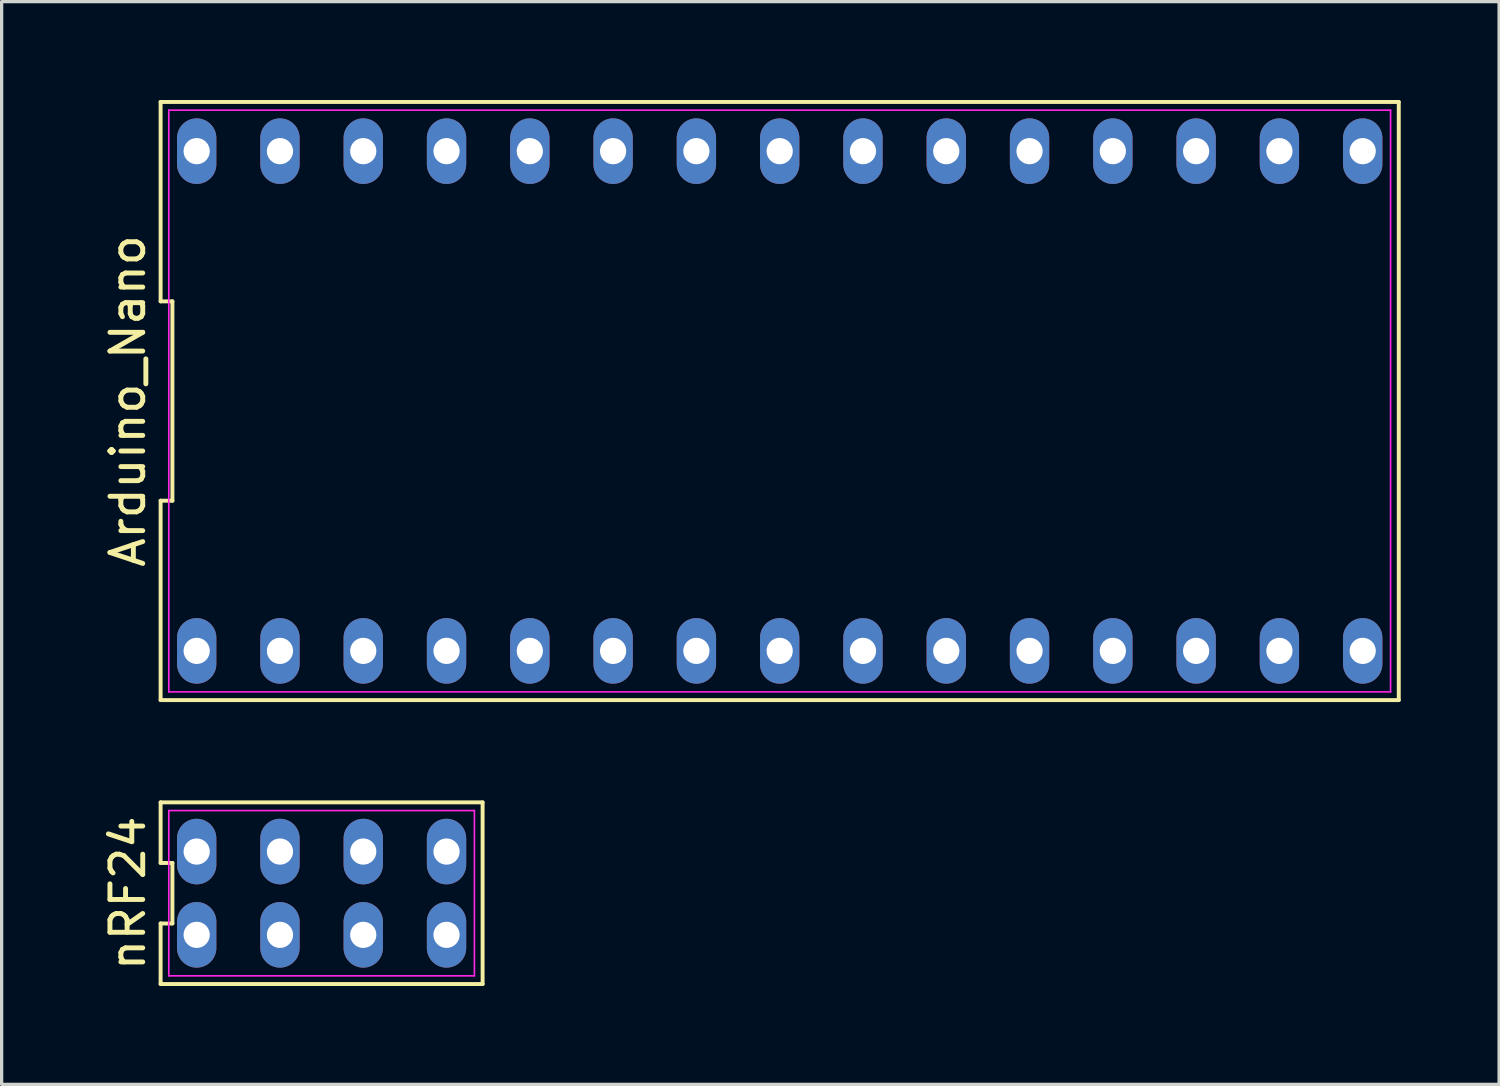
<source format=kicad_pcb>
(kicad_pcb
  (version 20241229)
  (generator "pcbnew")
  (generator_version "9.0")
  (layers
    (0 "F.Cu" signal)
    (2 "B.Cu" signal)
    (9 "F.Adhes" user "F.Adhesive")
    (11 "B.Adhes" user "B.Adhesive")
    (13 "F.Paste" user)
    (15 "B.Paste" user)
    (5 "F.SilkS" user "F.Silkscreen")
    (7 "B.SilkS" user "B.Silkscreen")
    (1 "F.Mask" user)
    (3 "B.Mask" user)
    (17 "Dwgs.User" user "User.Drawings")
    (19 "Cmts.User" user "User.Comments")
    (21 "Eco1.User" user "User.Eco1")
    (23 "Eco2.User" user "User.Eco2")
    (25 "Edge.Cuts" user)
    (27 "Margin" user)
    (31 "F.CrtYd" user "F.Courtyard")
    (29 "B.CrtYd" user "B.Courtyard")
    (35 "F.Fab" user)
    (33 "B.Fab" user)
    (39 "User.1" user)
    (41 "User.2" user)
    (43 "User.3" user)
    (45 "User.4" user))
  (footprint "nRF24"
    (layer "F.Cu")
    (at 6.758 24.19)
    (property "Reference" "nRF24" (at -5.91 0 90) (layer "F.SilkS") (effects (font (size 1 1) (thickness 0.15))))
    (attr through_hole)
    (fp_line (start -4.91 -2.77) (end -4.91 -0.923) (stroke (width 0.12) (type solid)) (layer "F.SilkS"))
    (fp_line (start -4.91 -0.923) (end -4.55 -0.923) (stroke (width 0.12) (type solid)) (layer "F.SilkS"))
    (fp_line (start -4.91 0.923) (end -4.91 2.77) (stroke (width 0.12) (type solid)) (layer "F.SilkS"))
    (fp_line (start -4.91 2.77) (end 4.91 2.77) (stroke (width 0.12) (type solid)) (layer "F.SilkS"))
    (fp_line (start -4.55 -0.923) (end -4.55 0.923) (stroke (width 0.12) (type solid)) (layer "F.SilkS"))
    (fp_line (start -4.55 0.923) (end -4.91 0.923) (stroke (width 0.12) (type solid)) (layer "F.SilkS"))
    (fp_line (start 4.91 -2.77) (end -4.91 -2.77) (stroke (width 0.12) (type solid)) (layer "F.SilkS"))
    (fp_line (start 4.91 2.77) (end 4.91 -2.77) (stroke (width 0.12) (type solid)) (layer "F.SilkS"))
    (fp_line (start -4.66 -2.52) (end 4.66 -2.52) (stroke (width 0.05) (type solid)) (layer "F.CrtYd"))
    (fp_line (start -4.66 2.52) (end -4.66 -2.52) (stroke (width 0.05) (type solid)) (layer "F.CrtYd"))
    (fp_line (start 4.66 -2.52) (end 4.66 2.52) (stroke (width 0.05) (type solid)) (layer "F.CrtYd"))
    (fp_line (start 4.66 2.52) (end -4.66 2.52) (stroke (width 0.05) (type solid)) (layer "F.CrtYd"))
    (pad "1" thru_hole oval (at -3.81 1.27) (size 1.2 2) (drill 0.8) (layers "*.Cu" "*.Mask"))
    (pad "2" thru_hole oval (at -1.27 1.27) (size 1.2 2) (drill 0.8) (layers "*.Cu" "*.Mask"))
    (pad "3" thru_hole oval (at 1.27 1.27) (size 1.2 2) (drill 0.8) (layers "*.Cu" "*.Mask"))
    (pad "4" thru_hole oval (at 3.81 1.27) (size 1.2 2) (drill 0.8) (layers "*.Cu" "*.Mask"))
    (pad "5" thru_hole oval (at 3.81 -1.27) (size 1.2 2) (drill 0.8) (layers "*.Cu" "*.Mask"))
    (pad "6" thru_hole oval (at 1.27 -1.27) (size 1.2 2) (drill 0.8) (layers "*.Cu" "*.Mask"))
    (pad "7" thru_hole oval (at -1.27 -1.27) (size 1.2 2) (drill 0.8) (layers "*.Cu" "*.Mask"))
    (pad "8" thru_hole oval (at -3.81 -1.27) (size 1.2 2) (drill 0.8) (layers "*.Cu" "*.Mask")))
  (footprint "Arduino_Nano"
    (layer "F.Cu")
    (at 20.728 9.18)
    (property "Reference" "Arduino_Nano" (at -19.88 0 90) (layer "F.SilkS") (effects (font (size 1 1) (thickness 0.15))))
    (attr through_hole)
    (fp_line (start -18.88 -9.12) (end -18.88 -3.04) (stroke (width 0.12) (type solid)) (layer "F.SilkS"))
    (fp_line (start -18.88 -3.04) (end -18.52 -3.04) (stroke (width 0.12) (type solid)) (layer "F.SilkS"))
    (fp_line (start -18.88 3.04) (end -18.88 9.12) (stroke (width 0.12) (type solid)) (layer "F.SilkS"))
    (fp_line (start -18.88 9.12) (end 18.88 9.12) (stroke (width 0.12) (type solid)) (layer "F.SilkS"))
    (fp_line (start -18.52 -3.04) (end -18.52 3.04) (stroke (width 0.12) (type solid)) (layer "F.SilkS"))
    (fp_line (start -18.52 3.04) (end -18.88 3.04) (stroke (width 0.12) (type solid)) (layer "F.SilkS"))
    (fp_line (start 18.88 -9.12) (end -18.88 -9.12) (stroke (width 0.12) (type solid)) (layer "F.SilkS"))
    (fp_line (start 18.88 9.12) (end 18.88 -9.12) (stroke (width 0.12) (type solid)) (layer "F.SilkS"))
    (fp_line (start -18.63 -8.87) (end 18.63 -8.87) (stroke (width 0.05) (type solid)) (layer "F.CrtYd"))
    (fp_line (start -18.63 8.87) (end -18.63 -8.87) (stroke (width 0.05) (type solid)) (layer "F.CrtYd"))
    (fp_line (start 18.63 -8.87) (end 18.63 8.87) (stroke (width 0.05) (type solid)) (layer "F.CrtYd"))
    (fp_line (start 18.63 8.87) (end -18.63 8.87) (stroke (width 0.05) (type solid)) (layer "F.CrtYd"))
    (pad "1" thru_hole oval (at -17.78 7.62) (size 1.2 2) (drill 0.8) (layers "*.Cu" "*.Mask"))
    (pad "2" thru_hole oval (at -15.24 7.62) (size 1.2 2) (drill 0.8) (layers "*.Cu" "*.Mask"))
    (pad "3" thru_hole oval (at -12.7 7.62) (size 1.2 2) (drill 0.8) (layers "*.Cu" "*.Mask"))
    (pad "4" thru_hole oval (at -10.16 7.62) (size 1.2 2) (drill 0.8) (layers "*.Cu" "*.Mask"))
    (pad "5" thru_hole oval (at -7.62 7.62) (size 1.2 2) (drill 0.8) (layers "*.Cu" "*.Mask"))
    (pad "6" thru_hole oval (at -5.08 7.62) (size 1.2 2) (drill 0.8) (layers "*.Cu" "*.Mask"))
    (pad "7" thru_hole oval (at -2.54 7.62) (size 1.2 2) (drill 0.8) (layers "*.Cu" "*.Mask"))
    (pad "8" thru_hole oval (at 0 7.62) (size 1.2 2) (drill 0.8) (layers "*.Cu" "*.Mask"))
    (pad "9" thru_hole oval (at 2.54 7.62) (size 1.2 2) (drill 0.8) (layers "*.Cu" "*.Mask"))
    (pad "10" thru_hole oval (at 5.08 7.62) (size 1.2 2) (drill 0.8) (layers "*.Cu" "*.Mask"))
    (pad "11" thru_hole oval (at 7.62 7.62) (size 1.2 2) (drill 0.8) (layers "*.Cu" "*.Mask"))
    (pad "12" thru_hole oval (at 10.16 7.62) (size 1.2 2) (drill 0.8) (layers "*.Cu" "*.Mask"))
    (pad "13" thru_hole oval (at 12.7 7.62) (size 1.2 2) (drill 0.8) (layers "*.Cu" "*.Mask"))
    (pad "14" thru_hole oval (at 15.24 7.62) (size 1.2 2) (drill 0.8) (layers "*.Cu" "*.Mask"))
    (pad "15" thru_hole oval (at 17.78 7.62) (size 1.2 2) (drill 0.8) (layers "*.Cu" "*.Mask"))
    (pad "16" thru_hole oval (at 17.78 -7.62) (size 1.2 2) (drill 0.8) (layers "*.Cu" "*.Mask"))
    (pad "17" thru_hole oval (at 15.24 -7.62) (size 1.2 2) (drill 0.8) (layers "*.Cu" "*.Mask"))
    (pad "18" thru_hole oval (at 12.7 -7.62) (size 1.2 2) (drill 0.8) (layers "*.Cu" "*.Mask"))
    (pad "19" thru_hole oval (at 10.16 -7.62) (size 1.2 2) (drill 0.8) (layers "*.Cu" "*.Mask"))
    (pad "20" thru_hole oval (at 7.62 -7.62) (size 1.2 2) (drill 0.8) (layers "*.Cu" "*.Mask"))
    (pad "21" thru_hole oval (at 5.08 -7.62) (size 1.2 2) (drill 0.8) (layers "*.Cu" "*.Mask"))
    (pad "22" thru_hole oval (at 2.54 -7.62) (size 1.2 2) (drill 0.8) (layers "*.Cu" "*.Mask"))
    (pad "23" thru_hole oval (at 0 -7.62) (size 1.2 2) (drill 0.8) (layers "*.Cu" "*.Mask"))
    (pad "24" thru_hole oval (at -2.54 -7.62) (size 1.2 2) (drill 0.8) (layers "*.Cu" "*.Mask"))
    (pad "25" thru_hole oval (at -5.08 -7.62) (size 1.2 2) (drill 0.8) (layers "*.Cu" "*.Mask"))
    (pad "26" thru_hole oval (at -7.62 -7.62) (size 1.2 2) (drill 0.8) (layers "*.Cu" "*.Mask"))
    (pad "27" thru_hole oval (at -10.16 -7.62) (size 1.2 2) (drill 0.8) (layers "*.Cu" "*.Mask"))
    (pad "28" thru_hole oval (at -12.7 -7.62) (size 1.2 2) (drill 0.8) (layers "*.Cu" "*.Mask"))
    (pad "29" thru_hole oval (at -15.24 -7.62) (size 1.2 2) (drill 0.8) (layers "*.Cu" "*.Mask"))
    (pad "30" thru_hole oval (at -17.78 -7.62) (size 1.2 2) (drill 0.8) (layers "*.Cu" "*.Mask")))
  (gr_rect
    (start -3 -3)
    (end 42.668 30.02)
    (stroke (width 0.1) (type default))
    (fill no)
    (layer "Edge.Cuts")))
</source>
